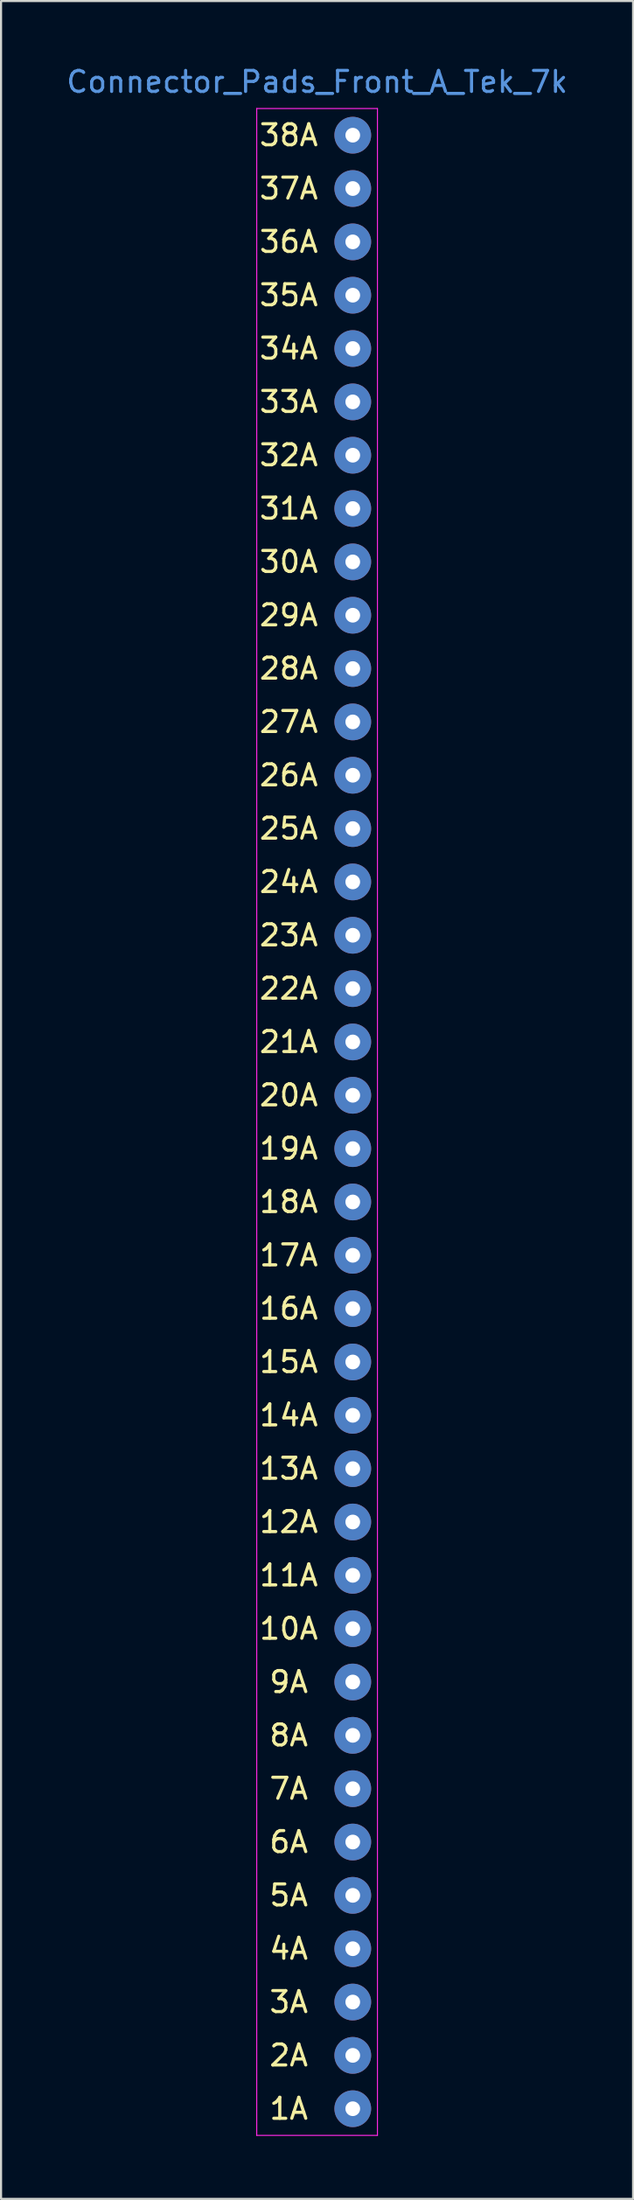
<source format=kicad_pcb>
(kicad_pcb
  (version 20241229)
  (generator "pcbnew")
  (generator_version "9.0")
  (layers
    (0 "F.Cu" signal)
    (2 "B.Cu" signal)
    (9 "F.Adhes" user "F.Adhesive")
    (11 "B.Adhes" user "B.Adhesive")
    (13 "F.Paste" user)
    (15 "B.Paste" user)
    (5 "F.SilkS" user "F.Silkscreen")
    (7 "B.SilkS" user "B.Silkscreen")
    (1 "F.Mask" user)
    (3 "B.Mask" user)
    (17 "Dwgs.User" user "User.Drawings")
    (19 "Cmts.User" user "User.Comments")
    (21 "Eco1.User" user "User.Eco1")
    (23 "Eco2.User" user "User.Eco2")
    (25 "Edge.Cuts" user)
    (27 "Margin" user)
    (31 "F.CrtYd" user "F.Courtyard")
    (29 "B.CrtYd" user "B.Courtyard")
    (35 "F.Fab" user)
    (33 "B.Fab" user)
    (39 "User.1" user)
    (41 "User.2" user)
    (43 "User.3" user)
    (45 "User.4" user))
  (footprint "Connector_Pads_Front_A_Tek_7k"
    (layer "F.Cu")
    (at 13.754 50.378)
    (property "Reference" "Connector_Pads_Front_A_Tek_7k" (at -1.7 -49.53 0) (layer "Cmts.User") (effects (font (size 1 1) (thickness 0.15))))
    (attr through_hole)
    (fp_line (start -4.575 -48.26) (end -4.575 48.26) (stroke (width 0.05) (type solid)) (layer "F.CrtYd"))
    (fp_line (start -4.575 48.26) (end 1.175 48.26) (stroke (width 0.05) (type solid)) (layer "F.CrtYd"))
    (fp_line (start 1.175 -48.26) (end -4.575 -48.26) (stroke (width 0.05) (type solid)) (layer "F.CrtYd"))
    (fp_line (start 1.175 48.26) (end 1.175 -48.26) (stroke (width 0.05) (type solid)) (layer "F.CrtYd"))
    (fp_text user "9A" (at -3.048 26.67 0) (layer "F.SilkS") (effects (font (size 1 1) (thickness 0.15))))
    (fp_text user "36A" (at -3.048 -41.91 0) (layer "F.SilkS") (effects (font (size 1 1) (thickness 0.15))))
    (fp_text user "27A" (at -3.048 -19.05 0) (layer "F.SilkS") (effects (font (size 1 1) (thickness 0.15))))
    (fp_text user "16A" (at -3.048 8.89 0) (layer "F.SilkS") (effects (font (size 1 1) (thickness 0.15))))
    (fp_text user "3A" (at -3.048 41.91 0) (layer "F.SilkS") (effects (font (size 1 1) (thickness 0.15))))
    (fp_text user "4A" (at -3.048 39.37 0) (layer "F.SilkS") (effects (font (size 1 1) (thickness 0.15))))
    (fp_text user "17A" (at -3.048 6.35 0) (layer "F.SilkS") (effects (font (size 1 1) (thickness 0.15))))
    (fp_text user "30A" (at -3.048 -26.67 0) (layer "F.SilkS") (effects (font (size 1 1) (thickness 0.15))))
    (fp_text user "2A" (at -3.048 44.45 0) (layer "F.SilkS") (effects (font (size 1 1) (thickness 0.15))))
    (fp_text user "13A" (at -3.048 16.51 0) (layer "F.SilkS") (effects (font (size 1 1) (thickness 0.15))))
    (fp_text user "26A" (at -3.048 -16.51 0) (layer "F.SilkS") (effects (font (size 1 1) (thickness 0.15))))
    (fp_text user "22A" (at -3.048 -6.35 0) (layer "F.SilkS") (effects (font (size 1 1) (thickness 0.15))))
    (fp_text user "19A" (at -3.048 1.27 0) (layer "F.SilkS") (effects (font (size 1 1) (thickness 0.15))))
    (fp_text user "31A" (at -3.048 -29.21 0) (layer "F.SilkS") (effects (font (size 1 1) (thickness 0.15))))
    (fp_text user "37A" (at -3.048 -44.45 0) (layer "F.SilkS") (effects (font (size 1 1) (thickness 0.15))))
    (fp_text user "1A" (at -3.048 46.99 0) (layer "F.SilkS") (effects (font (size 1 1) (thickness 0.15))))
    (fp_text user "33A" (at -3.048 -34.29 0) (layer "F.SilkS") (effects (font (size 1 1) (thickness 0.15))))
    (fp_text user "34A" (at -3.048 -36.83 0) (layer "F.SilkS") (effects (font (size 1 1) (thickness 0.15))))
    (fp_text user "8A" (at -3.048 29.21 0) (layer "F.SilkS") (effects (font (size 1 1) (thickness 0.15))))
    (fp_text user "38A" (at -3.048 -46.99 0) (layer "F.SilkS") (effects (font (size 1 1) (thickness 0.15))))
    (fp_text user "5A" (at -3.048 36.83 0) (layer "F.SilkS") (effects (font (size 1 1) (thickness 0.15))))
    (fp_text user "6A" (at -3.048 34.29 0) (layer "F.SilkS") (effects (font (size 1 1) (thickness 0.15))))
    (fp_text user "28A" (at -3.048 -21.59 0) (layer "F.SilkS") (effects (font (size 1 1) (thickness 0.15))))
    (fp_text user "11A" (at -3.048 21.59 0) (layer "F.SilkS") (effects (font (size 1 1) (thickness 0.15))))
    (fp_text user "32A" (at -3.048 -31.75 0) (layer "F.SilkS") (effects (font (size 1 1) (thickness 0.15))))
    (fp_text user "35A" (at -3.048 -39.37 0) (layer "F.SilkS") (effects (font (size 1 1) (thickness 0.15))))
    (fp_text user "15A" (at -3.048 11.43 0) (layer "F.SilkS") (effects (font (size 1 1) (thickness 0.15))))
    (fp_text user "18A" (at -3.048 3.81 0) (layer "F.SilkS") (effects (font (size 1 1) (thickness 0.15))))
    (fp_text user "25A" (at -3.048 -13.97 0) (layer "F.SilkS") (effects (font (size 1 1) (thickness 0.15))))
    (fp_text user "21A" (at -3.048 -3.81 0) (layer "F.SilkS") (effects (font (size 1 1) (thickness 0.15))))
    (fp_text user "23A" (at -3.048 -8.89 0) (layer "F.SilkS") (effects (font (size 1 1) (thickness 0.15))))
    (fp_text user "10A" (at -3.048 24.13 0) (layer "F.SilkS") (effects (font (size 1 1) (thickness 0.15))))
    (fp_text user "24A" (at -3.048 -11.43 0) (layer "F.SilkS") (effects (font (size 1 1) (thickness 0.15))))
    (fp_text user "7A" (at -3.048 31.75 0) (layer "F.SilkS") (effects (font (size 1 1) (thickness 0.15))))
    (fp_text user "29A" (at -3.048 -24.13 0) (layer "F.SilkS") (effects (font (size 1 1) (thickness 0.15))))
    (fp_text user "20A" (at -3.048 -1.27 0) (layer "F.SilkS") (effects (font (size 1 1) (thickness 0.15))))
    (fp_text user "12A" (at -3.048 19.05 0) (layer "F.SilkS") (effects (font (size 1 1) (thickness 0.15))))
    (fp_text user "14A" (at -3.048 13.97 0) (layer "F.SilkS") (effects (font (size 1 1) (thickness 0.15))))
    (pad "1" thru_hole circle (at 0 46.99) (size 1.75 1.75) (drill 0.7) (layers "*.Cu" "*.Mask"))
    (pad "2" thru_hole circle (at 0 44.45) (size 1.75 1.75) (drill 0.7) (layers "*.Cu" "*.Mask"))
    (pad "3" thru_hole circle (at 0 41.91) (size 1.75 1.75) (drill 0.7) (layers "*.Cu" "*.Mask"))
    (pad "4" thru_hole circle (at 0 39.37) (size 1.75 1.75) (drill 0.7) (layers "*.Cu" "*.Mask"))
    (pad "5" thru_hole circle (at 0 36.83) (size 1.75 1.75) (drill 0.7) (layers "*.Cu" "*.Mask"))
    (pad "6" thru_hole circle (at 0 34.29) (size 1.75 1.75) (drill 0.7) (layers "*.Cu" "*.Mask"))
    (pad "7" thru_hole circle (at 0 31.75) (size 1.75 1.75) (drill 0.7) (layers "*.Cu" "*.Mask"))
    (pad "8" thru_hole circle (at 0 29.21) (size 1.75 1.75) (drill 0.7) (layers "*.Cu" "*.Mask"))
    (pad "9" thru_hole circle (at 0 26.67) (size 1.75 1.75) (drill 0.7) (layers "*.Cu" "*.Mask"))
    (pad "10" thru_hole circle (at 0 24.13) (size 1.75 1.75) (drill 0.7) (layers "*.Cu" "*.Mask"))
    (pad "11" thru_hole circle (at 0 21.59) (size 1.75 1.75) (drill 0.7) (layers "*.Cu" "*.Mask"))
    (pad "12" thru_hole circle (at 0 19.05) (size 1.75 1.75) (drill 0.7) (layers "*.Cu" "*.Mask"))
    (pad "13" thru_hole circle (at 0 16.51) (size 1.75 1.75) (drill 0.7) (layers "*.Cu" "*.Mask"))
    (pad "14" thru_hole circle (at 0 13.97) (size 1.75 1.75) (drill 0.7) (layers "*.Cu" "*.Mask"))
    (pad "15" thru_hole circle (at 0 11.43) (size 1.75 1.75) (drill 0.7) (layers "*.Cu" "*.Mask"))
    (pad "16" thru_hole circle (at 0 8.89) (size 1.75 1.75) (drill 0.7) (layers "*.Cu" "*.Mask"))
    (pad "17" thru_hole circle (at 0 6.35) (size 1.75 1.75) (drill 0.7) (layers "*.Cu" "*.Mask"))
    (pad "18" thru_hole circle (at 0 3.81) (size 1.75 1.75) (drill 0.7) (layers "*.Cu" "*.Mask"))
    (pad "19" thru_hole circle (at 0 1.27) (size 1.75 1.75) (drill 0.7) (layers "*.Cu" "*.Mask"))
    (pad "20" thru_hole circle (at 0 -1.27) (size 1.75 1.75) (drill 0.7) (layers "*.Cu" "*.Mask"))
    (pad "21" thru_hole circle (at 0 -3.81) (size 1.75 1.75) (drill 0.7) (layers "*.Cu" "*.Mask"))
    (pad "22" thru_hole circle (at 0 -6.35) (size 1.75 1.75) (drill 0.7) (layers "*.Cu" "*.Mask"))
    (pad "23" thru_hole circle (at 0 -8.89) (size 1.75 1.75) (drill 0.7) (layers "*.Cu" "*.Mask"))
    (pad "24" thru_hole circle (at 0 -11.43) (size 1.75 1.75) (drill 0.7) (layers "*.Cu" "*.Mask"))
    (pad "25" thru_hole circle (at 0 -13.97) (size 1.75 1.75) (drill 0.7) (layers "*.Cu" "*.Mask"))
    (pad "26" thru_hole circle (at 0 -16.51) (size 1.75 1.75) (drill 0.7) (layers "*.Cu" "*.Mask"))
    (pad "27" thru_hole circle (at 0 -19.05) (size 1.75 1.75) (drill 0.7) (layers "*.Cu" "*.Mask"))
    (pad "28" thru_hole circle (at 0 -21.59) (size 1.75 1.75) (drill 0.7) (layers "*.Cu" "*.Mask"))
    (pad "29" thru_hole circle (at 0 -24.13) (size 1.75 1.75) (drill 0.7) (layers "*.Cu" "*.Mask"))
    (pad "30" thru_hole circle (at 0 -26.67) (size 1.75 1.75) (drill 0.7) (layers "*.Cu" "*.Mask"))
    (pad "31" thru_hole circle (at 0 -29.21) (size 1.75 1.75) (drill 0.7) (layers "*.Cu" "*.Mask"))
    (pad "32" thru_hole circle (at 0 -31.75) (size 1.75 1.75) (drill 0.7) (layers "*.Cu" "*.Mask"))
    (pad "33" thru_hole circle (at 0 -34.29) (size 1.75 1.75) (drill 0.7) (layers "*.Cu" "*.Mask"))
    (pad "34" thru_hole circle (at 0 -36.83) (size 1.75 1.75) (drill 0.7) (layers "*.Cu" "*.Mask"))
    (pad "35" thru_hole circle (at 0 -39.37) (size 1.75 1.75) (drill 0.7) (layers "*.Cu" "*.Mask"))
    (pad "36" thru_hole circle (at 0 -41.91) (size 1.75 1.75) (drill 0.7) (layers "*.Cu" "*.Mask"))
    (pad "37" thru_hole circle (at 0 -44.45) (size 1.75 1.75) (drill 0.7) (layers "*.Cu" "*.Mask"))
    (pad "38" thru_hole circle (at 0 -46.99) (size 1.75 1.75) (drill 0.7) (layers "*.Cu" "*.Mask")))
  (gr_rect
    (start -3 -3)
    (end 27.107 101.663)
    (stroke (width 0.1) (type default))
    (fill no)
    (layer "Edge.Cuts")))
</source>
